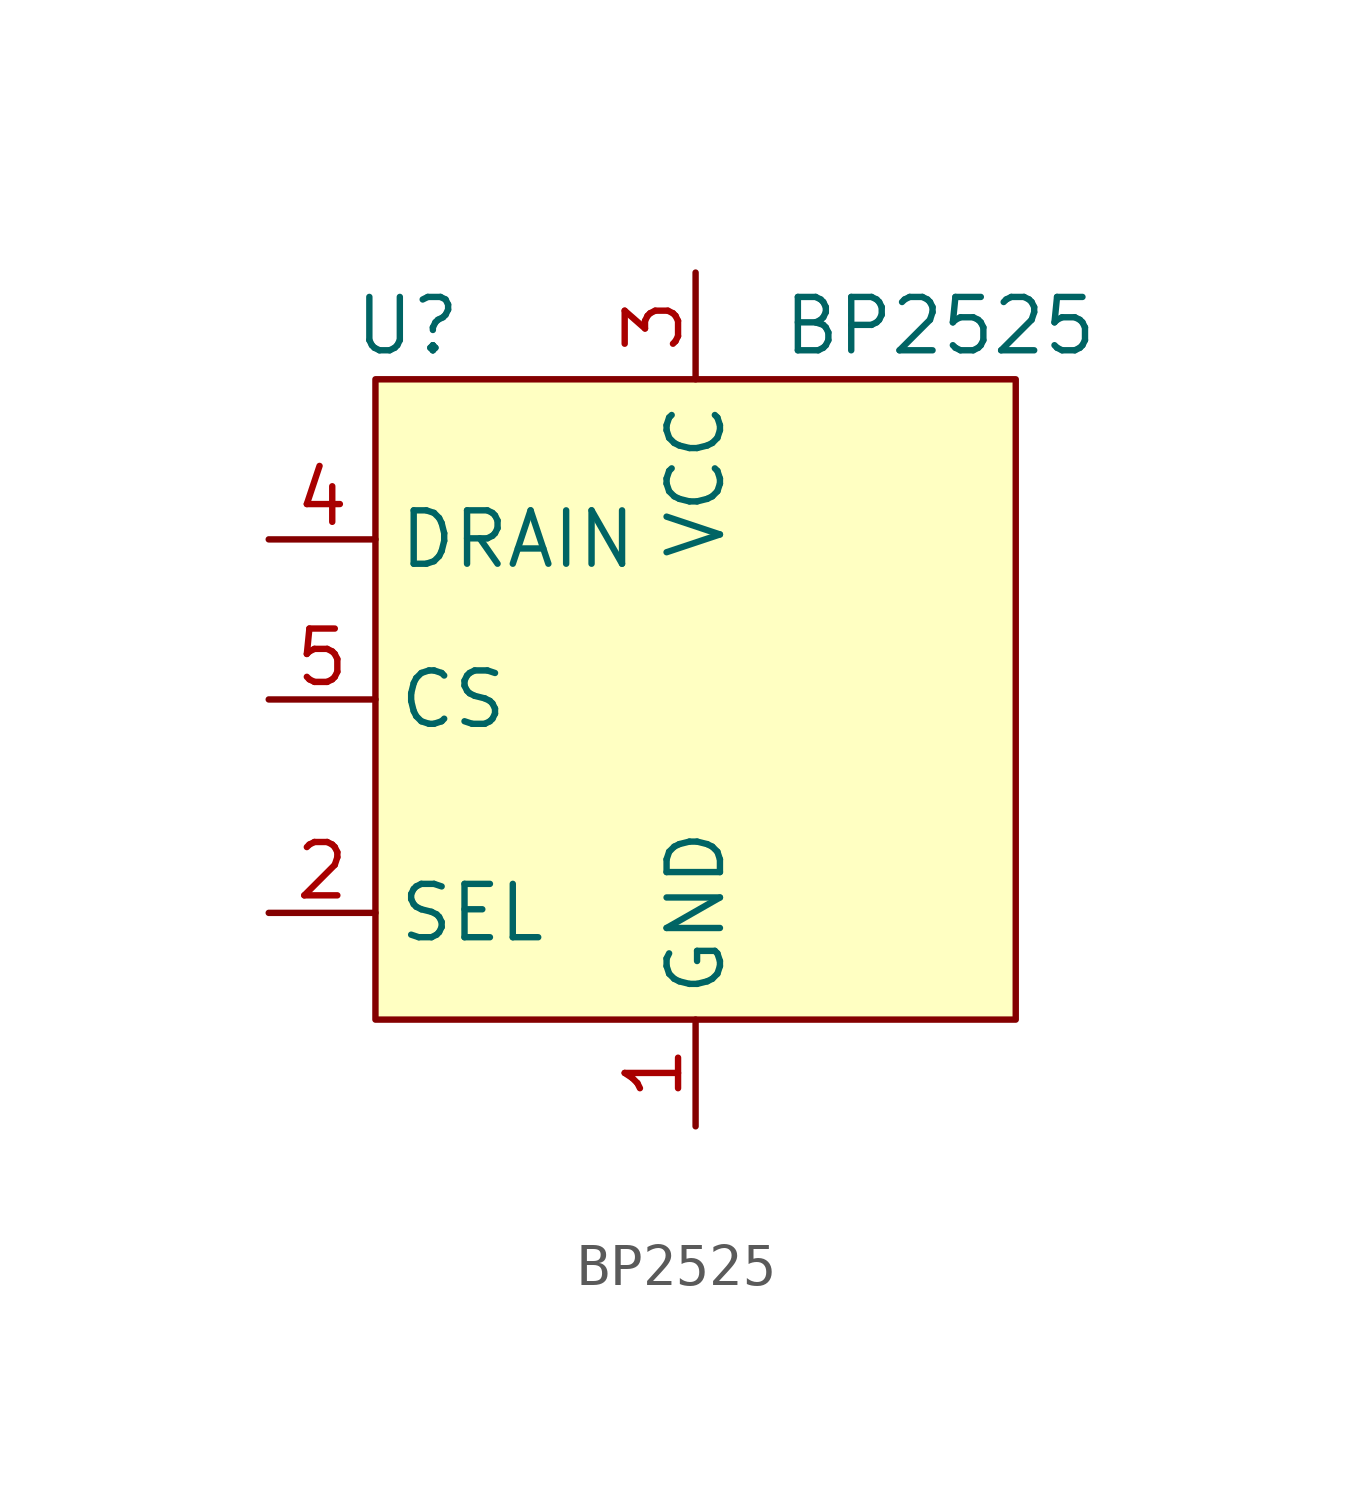
<source format=kicad_sym>
(kicad_symbol_lib
  (version 20241209)
  (generator "kicad_symbol_editor")
  (generator_version "9.0")
  (symbol "BP2525"
    (property "Reference" "U"
      (at -6.858 8.89 0)
      (effects (font (size 1.27 1.27))))
    (property "Value" "BP2525"
      (at 2.032 8.89 0)
      (effects (font (size 1.27 1.27)) (justify left)))
    (symbol "BP2525_1_1"
      (rectangle (start -7.62 7.62) (end 7.62 -7.62) (stroke (width 0) (type solid)) (fill (type background)))
      (pin passive line (at -10.16 3.81 0) (length 2.54) (name "DRAIN" (effects (font (size 1.27 1.27)))) (number "4" (effects (font (size 1.27 1.27)))))
      (pin passive line (at -10.16 0 0) (length 2.54) (name "CS" (effects (font (size 1.27 1.27)))) (number "5" (effects (font (size 1.27 1.27)))))
      (pin input line (at -10.16 -5.08 0) (length 2.54) (name "SEL" (effects (font (size 1.27 1.27)))) (number "2" (effects (font (size 1.27 1.27)))))
      (pin passive line (at 0 10.16 270) (length 2.54) (name "VCC" (effects (font (size 1.27 1.27)))) (number "3" (effects (font (size 1.27 1.27)))))
      (pin passive line (at 0 -10.16 90) (length 2.54) (name "GND" (effects (font (size 1.27 1.27)))) (number "1" (effects (font (size 1.27 1.27))))))))
</source>
